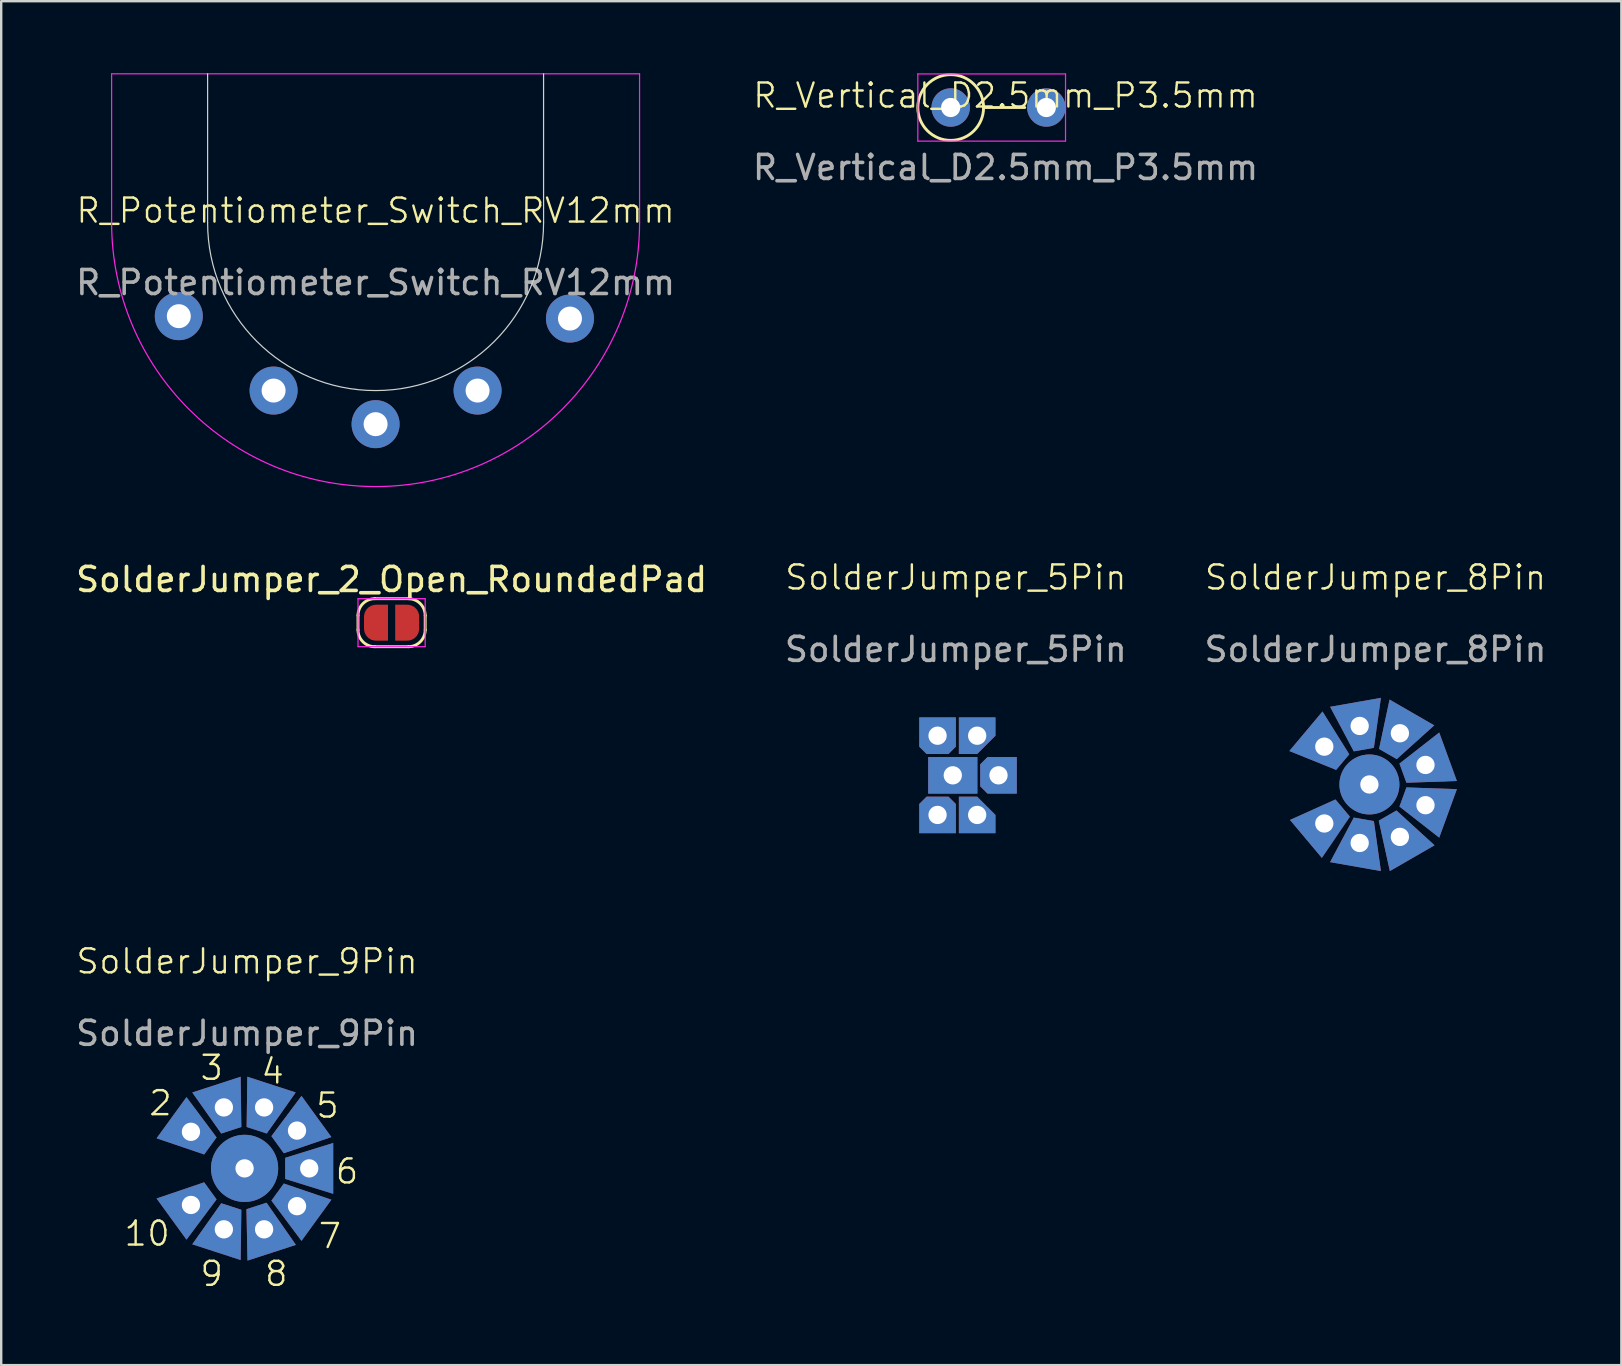
<source format=kicad_pcb>
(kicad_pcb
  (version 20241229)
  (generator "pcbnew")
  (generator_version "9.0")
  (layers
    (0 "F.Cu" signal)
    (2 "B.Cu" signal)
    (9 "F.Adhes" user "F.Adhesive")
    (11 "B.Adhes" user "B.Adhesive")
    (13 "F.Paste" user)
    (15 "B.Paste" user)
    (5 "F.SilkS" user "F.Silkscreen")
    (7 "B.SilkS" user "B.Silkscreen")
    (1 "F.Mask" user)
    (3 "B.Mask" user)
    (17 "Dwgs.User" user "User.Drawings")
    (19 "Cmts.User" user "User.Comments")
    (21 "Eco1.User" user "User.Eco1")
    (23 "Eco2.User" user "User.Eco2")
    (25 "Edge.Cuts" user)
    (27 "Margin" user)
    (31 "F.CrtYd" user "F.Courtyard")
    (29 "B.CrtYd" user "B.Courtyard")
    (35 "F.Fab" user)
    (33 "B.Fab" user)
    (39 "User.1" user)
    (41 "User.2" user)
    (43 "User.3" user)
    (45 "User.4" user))
  (footprint "R_Potentiometer_Switch_RV12mm"
    (layer "F.Cu")
    (at 12.601 6.225)
    (property "Reference" "R_Potentiometer_Switch_RV12mm" (at 0 -0.5 0) (unlocked yes) (layer "F.SilkS") (effects (font (size 1 1) (thickness 0.1))))
    (attr through_hole)
    (fp_line (start -7 0) (end -7 -6.2) (stroke (width 0.05) (type default)) (layer "Edge.Cuts"))
    (fp_line (start 7 0) (end 7 -6.2) (stroke (width 0.05) (type default)) (layer "Edge.Cuts"))
    (fp_arc (start 7 0) (mid 0 7) (end -7 0) (stroke (width 0.05) (type default)) (layer "Edge.Cuts"))
    (fp_line (start -11 0) (end -11 -6.2) (stroke (width 0.05) (type default)) (layer "F.CrtYd"))
    (fp_line (start 11 -6.2) (end -11 -6.2) (stroke (width 0.05) (type default)) (layer "F.CrtYd"))
    (fp_line (start 11 0) (end 11 -6.2) (stroke (width 0.05) (type default)) (layer "F.CrtYd"))
    (fp_arc (start 11 0) (mid 0 11) (end -11 0) (stroke (width 0.05) (type default)) (layer "F.CrtYd"))
    (fp_text user "${REFERENCE}" (at 0 2.5 0) (unlocked yes) (layer "F.Fab") (effects (font (size 1 1) (thickness 0.15))))
    (pad "1" thru_hole circle (at -8.2 3.9) (size 2 2) (drill 1) (layers "*.Cu" "*.Mask"))
    (pad "2" thru_hole circle (at -4.25 7) (size 2 2) (drill 1) (layers "*.Cu" "*.Mask"))
    (pad "3" thru_hole circle (at 0 8.4) (size 2 2) (drill 1) (layers "*.Cu" "*.Mask"))
    (pad "4" thru_hole circle (at 4.25 7) (size 2 2) (drill 1) (layers "*.Cu" "*.Mask"))
    (pad "5" thru_hole circle (at 8.1 4) (size 2 2) (drill 1) (layers "*.Cu" "*.Mask")))
  (footprint "R_Vertical_D2.5mm_P3.5mm"
    (layer "F.Cu")
    (at 38.851 1.43)
    (property "Reference" "R_Vertical_D2.5mm_P3.5mm" (at 0 -0.5 0) (unlocked yes) (layer "F.SilkS") (effects (font (size 1 1) (thickness 0.1))))
    (attr through_hole)
    (fp_line (start -0.915 0) (end 0.8 0) (stroke (width 0.12) (type solid)) (layer "F.SilkS"))
    (fp_circle (center -2.285 0) (end -0.915 0) (stroke (width 0.12) (type solid)) (fill no) (layer "F.SilkS"))
    (fp_line (start -3.655 -1.4) (end -3.655 1.4) (stroke (width 0.05) (type solid)) (layer "F.CrtYd"))
    (fp_line (start -3.655 1.4) (end 2.5 1.4) (stroke (width 0.05) (type solid)) (layer "F.CrtYd"))
    (fp_line (start 2.5 -1.4) (end -3.655 -1.4) (stroke (width 0.05) (type solid)) (layer "F.CrtYd"))
    (fp_line (start 2.5 1.4) (end 2.5 -1.4) (stroke (width 0.05) (type solid)) (layer "F.CrtYd"))
    (fp_text user "${REFERENCE}" (at 0 2.5 0) (unlocked yes) (layer "F.Fab") (effects (font (size 1 1) (thickness 0.15))))
    (pad "1" thru_hole circle (at -2.285 0) (size 1.6 1.6) (drill 0.8) (layers "*.Cu" "*.Mask"))
    (pad "2" thru_hole oval (at 1.7 0) (size 1.6 1.6) (drill 0.8) (layers "*.Cu" "*.Mask")))
  (footprint "SolderJumper_2_Open_RoundedPad"
    (layer "F.Cu")
    (at 13.268 22.898)
    (property "Reference" "SolderJumper_2_Open_RoundedPad" (at 0 -1.8 0) (layer "F.SilkS") (effects (font (size 1 1) (thickness 0.15))))
    (attr exclude_from_pos_files exclude_from_bom)
    (fp_line (start -1.4 0.3) (end -1.4 -0.3) (stroke (width 0.12) (type solid)) (layer "F.SilkS"))
    (fp_line (start -0.7 -1) (end 0.7 -1) (stroke (width 0.12) (type solid)) (layer "F.SilkS"))
    (fp_line (start 0.7 1) (end -0.7 1) (stroke (width 0.12) (type solid)) (layer "F.SilkS"))
    (fp_line (start 1.4 -0.3) (end 1.4 0.3) (stroke (width 0.12) (type solid)) (layer "F.SilkS"))
    (fp_arc (start -1.4 -0.3) (mid -1.194975 -0.794975) (end -0.7 -1) (stroke (width 0.12) (type solid)) (layer "F.SilkS"))
    (fp_arc (start -0.7 1) (mid -1.194975 0.794975) (end -1.4 0.3) (stroke (width 0.12) (type solid)) (layer "F.SilkS"))
    (fp_arc (start 0.7 -1) (mid 1.194975 -0.794975) (end 1.4 -0.3) (stroke (width 0.12) (type solid)) (layer "F.SilkS"))
    (fp_arc (start 1.4 0.3) (mid 1.194975 0.794975) (end 0.7 1) (stroke (width 0.12) (type solid)) (layer "F.SilkS"))
    (fp_line (start -1.4 -1) (end -1.4 1) (stroke (width 0.05) (type solid)) (layer "F.CrtYd"))
    (fp_line (start -1.4 -1) (end 1.4 -1) (stroke (width 0.05) (type solid)) (layer "F.CrtYd"))
    (fp_line (start 1.4 1) (end -1.4 1) (stroke (width 0.05) (type solid)) (layer "F.CrtYd"))
    (fp_line (start 1.4 1) (end 1.4 -1) (stroke (width 0.05) (type solid)) (layer "F.CrtYd"))
    (pad "1" smd custom (at -0.65 0) (size 1 0.5) (layers "F.Cu" "F.Mask") (options (anchor rect)) (primitives (gr_circle (center 0 0.25) (end 0.5 0.25) (width 0) (fill yes)) (gr_circle (center 0 -0.25) (end 0.5 -0.25) (width 0) (fill yes)) (gr_poly (pts (xy 0.5 0.75) (xy 0 0.75) (xy 0 -0.75) (xy 0.5 -0.75)) (width 0) (fill yes))))
    (pad "2" smd custom (at 0.65 0) (size 1 0.5) (layers "F.Cu" "F.Mask") (options (anchor rect)) (primitives (gr_circle (center 0 0.25) (end 0.5 0.25) (width 0) (fill yes)) (gr_circle (center 0 -0.25) (end 0.5 -0.25) (width 0) (fill yes)) (gr_poly (pts (xy 0 0.75) (xy -0.5 0.75) (xy -0.5 -0.75) (xy 0 -0.75)) (width 0) (fill yes)))))
  (footprint "SolderJumper_5Pin"
    (layer "F.Cu")
    (at 36.78 21.511)
    (property "Reference" "SolderJumper_5Pin" (at 0 -0.5 0) (unlocked yes) (layer "F.SilkS") (effects (font (size 1 1) (thickness 0.1))))
    (attr through_hole)
    (fp_text user "${REFERENCE}" (at 0 2.5 0) (unlocked yes) (layer "F.Fab") (effects (font (size 1 1) (thickness 0.15))))
    (pad "1" thru_hole rect (at -0.127 7.747) (size 2.05 1.524) (drill 0.762) (layers "*.Cu" "*.Mask"))
    (pad "2" thru_hole roundrect (at -0.762 6.096) (size 1.524 1.524) (drill 0.762) (layers "*.Cu" "*.Mask") (roundrect_rratio 0) (chamfer_ratio 0.2) (chamfer bottom_left bottom_right))
    (pad "3" thru_hole roundrect (at 0.889 6.096) (size 1.524 1.524) (drill 0.762) (layers "*.Cu" "*.Mask") (roundrect_rratio 0) (chamfer_ratio 0.5) (chamfer bottom_right))
    (pad "4" thru_hole roundrect (at 1.778 7.747) (size 1.524 1.524) (drill 0.762) (layers "*.Cu" "*.Mask") (roundrect_rratio 0) (chamfer_ratio 0.2) (chamfer top_left bottom_left))
    (pad "5" thru_hole roundrect (at 0.889 9.398) (size 1.524 1.524) (drill 0.762) (layers "*.Cu" "*.Mask") (roundrect_rratio 0) (chamfer_ratio 0.5) (chamfer top_right))
    (pad "6" thru_hole roundrect (at -0.762 9.398) (size 1.524 1.524) (drill 0.762) (layers "*.Cu" "*.Mask") (roundrect_rratio 0) (chamfer_ratio 0.2) (chamfer top_left top_right)))
  (footprint "SolderJumper_9Pin"
    (layer "F.Cu")
    (at 7.244 37.509)
    (property "Reference" "SolderJumper_9Pin" (at 0 -0.5 0) (unlocked yes) (layer "F.SilkS") (effects (font (size 1 1) (thickness 0.1))))
    (attr through_hole)
    (fp_text user "8" (at 1.219 13.106 0) (unlocked yes) (layer "F.SilkS") (effects (font (size 1 1) (thickness 0.1)) (justify bottom)))
    (fp_text user "7" (at 3.454 11.532 0) (unlocked yes) (layer "F.SilkS") (effects (font (size 1 1) (thickness 0.1)) (justify bottom)))
    (fp_text user "9" (at -1.473 13.106 0) (unlocked yes) (layer "F.SilkS") (effects (font (size 1 1) (thickness 0.1)) (justify bottom)))
    (fp_text user "3" (at -1.473 4.521 0) (unlocked yes) (layer "F.SilkS") (effects (font (size 1 1) (thickness 0.1)) (justify bottom)))
    (fp_text user "4" (at 1.067 4.674 0) (unlocked yes) (layer "F.SilkS") (effects (font (size 1 1) (thickness 0.1)) (justify bottom)))
    (fp_text user "2" (at -3.607 5.994 0) (unlocked yes) (layer "F.SilkS") (effects (font (size 1 1) (thickness 0.1)) (justify bottom)))
    (fp_text user "5" (at 3.353 6.096 0) (unlocked yes) (layer "F.SilkS") (effects (font (size 1 1) (thickness 0.1)) (justify bottom)))
    (fp_text user "10" (at -4.166 11.43 0) (unlocked yes) (layer "F.SilkS") (effects (font (size 1 1) (thickness 0.1)) (justify bottom)))
    (fp_text user "6" (at 4.166 8.839 0) (unlocked yes) (layer "F.SilkS") (effects (font (size 1 1) (thickness 0.1)) (justify bottom)))
    (fp_text user "${REFERENCE}" (at 0 2.5 0) (unlocked yes) (layer "F.Fab") (effects (font (size 1 1) (thickness 0.15))))
    (pad "1" thru_hole circle (at -0.102 8.128) (size 2.8 2.8) (drill 0.762) (layers "*.Cu" "*.Mask"))
    (pad "2" thru_hole trapezoid (at -2.337 6.604 234) (size 1.5 2) (rect_delta 0 0.62) (drill 0.762) (layers "*.Cu" "*.Mask"))
    (pad "3" thru_hole trapezoid (at -0.965 5.588 198) (size 1.5 2) (rect_delta 0 0.62) (drill 0.762) (layers "*.Cu" "*.Mask"))
    (pad "4" thru_hole trapezoid (at 0.711 5.588 162) (size 1.5 2) (rect_delta 0 0.62) (drill 0.762) (layers "*.Cu" "*.Mask"))
    (pad "5" thru_hole trapezoid (at 2.083 6.553 126) (size 1.5 2) (rect_delta 0 0.62) (drill 0.762) (layers "*.Cu" "*.Mask"))
    (pad "6" thru_hole trapezoid (at 2.591 8.128 90) (size 1.5 2) (rect_delta 0 0.62) (drill 0.762) (layers "*.Cu" "*.Mask"))
    (pad "7" thru_hole trapezoid (at 2.083 9.703 54) (size 1.5 2) (rect_delta 0 0.62) (drill 0.762) (layers "*.Cu" "*.Mask"))
    (pad "8" thru_hole trapezoid (at 0.711 10.668 18) (size 1.5 2.05) (rect_delta 0 0.62) (drill 0.762) (layers "*.Cu" "*.Mask"))
    (pad "9" thru_hole trapezoid (at -0.965 10.668 342) (size 1.5 2) (rect_delta 0 0.62) (drill 0.762) (layers "*.Cu" "*.Mask"))
    (pad "10" thru_hole trapezoid (at -2.337 9.652 306) (size 1.5 2) (rect_delta 0 0.62) (drill 0.762) (layers "*.Cu" "*.Mask")))
  (footprint "SolderJumper_8Pin"
    (layer "F.Cu")
    (at 54.268 21.511)
    (property "Reference" "SolderJumper_8Pin" (at 0 -0.5 0) (unlocked yes) (layer "F.SilkS") (effects (font (size 1 1) (thickness 0.1))))
    (attr through_hole)
    (fp_text user "${REFERENCE}" (at 0 2.5 0) (unlocked yes) (layer "F.Fab") (effects (font (size 1 1) (thickness 0.15))))
    (pad "1" thru_hole circle (at -0.254 8.128) (size 2.5 2.5) (drill 0.762) (layers "*.Cu" "*.Mask"))
    (pad "2" thru_hole trapezoid (at -2.134 6.553 230) (size 1.5 2) (rect_delta 0 0.65) (drill 0.762) (layers "*.Cu" "*.Mask"))
    (pad "3" thru_hole trapezoid (at -0.66 5.69 190) (size 1.5 2) (rect_delta 0 0.65) (drill 0.762) (layers "*.Cu" "*.Mask"))
    (pad "4" thru_hole trapezoid (at 1.016 5.994 150) (size 1.5 2) (rect_delta 0 0.65) (drill 0.762) (layers "*.Cu" "*.Mask"))
    (pad "5" thru_hole trapezoid (at 2.083 7.315 110) (size 1.5 2) (rect_delta 0 0.65) (drill 0.762) (layers "*.Cu" "*.Mask"))
    (pad "6" thru_hole trapezoid (at 2.083 8.992 70) (size 1.5 2) (rect_delta 0 0.65) (drill 0.762) (layers "*.Cu" "*.Mask"))
    (pad "7" thru_hole trapezoid (at 1.016 10.312 30) (size 1.5 2.05) (rect_delta 0 0.65) (drill 0.762) (layers "*.Cu" "*.Mask"))
    (pad "8" thru_hole trapezoid (at -0.66 10.566 350) (size 1.5 2) (rect_delta 0 0.65) (drill 0.762) (layers "*.Cu" "*.Mask"))
    (pad "9" thru_hole trapezoid (at -2.134 9.754 310) (size 1.5 2) (rect_delta 0 0.565) (drill 0.762) (layers "*.Cu" "*.Mask")))
  (gr_rect
    (start -3 -3)
    (end 64.512 53.836)
    (stroke (width 0.1) (type default))
    (fill no)
    (layer "Edge.Cuts")))
</source>
